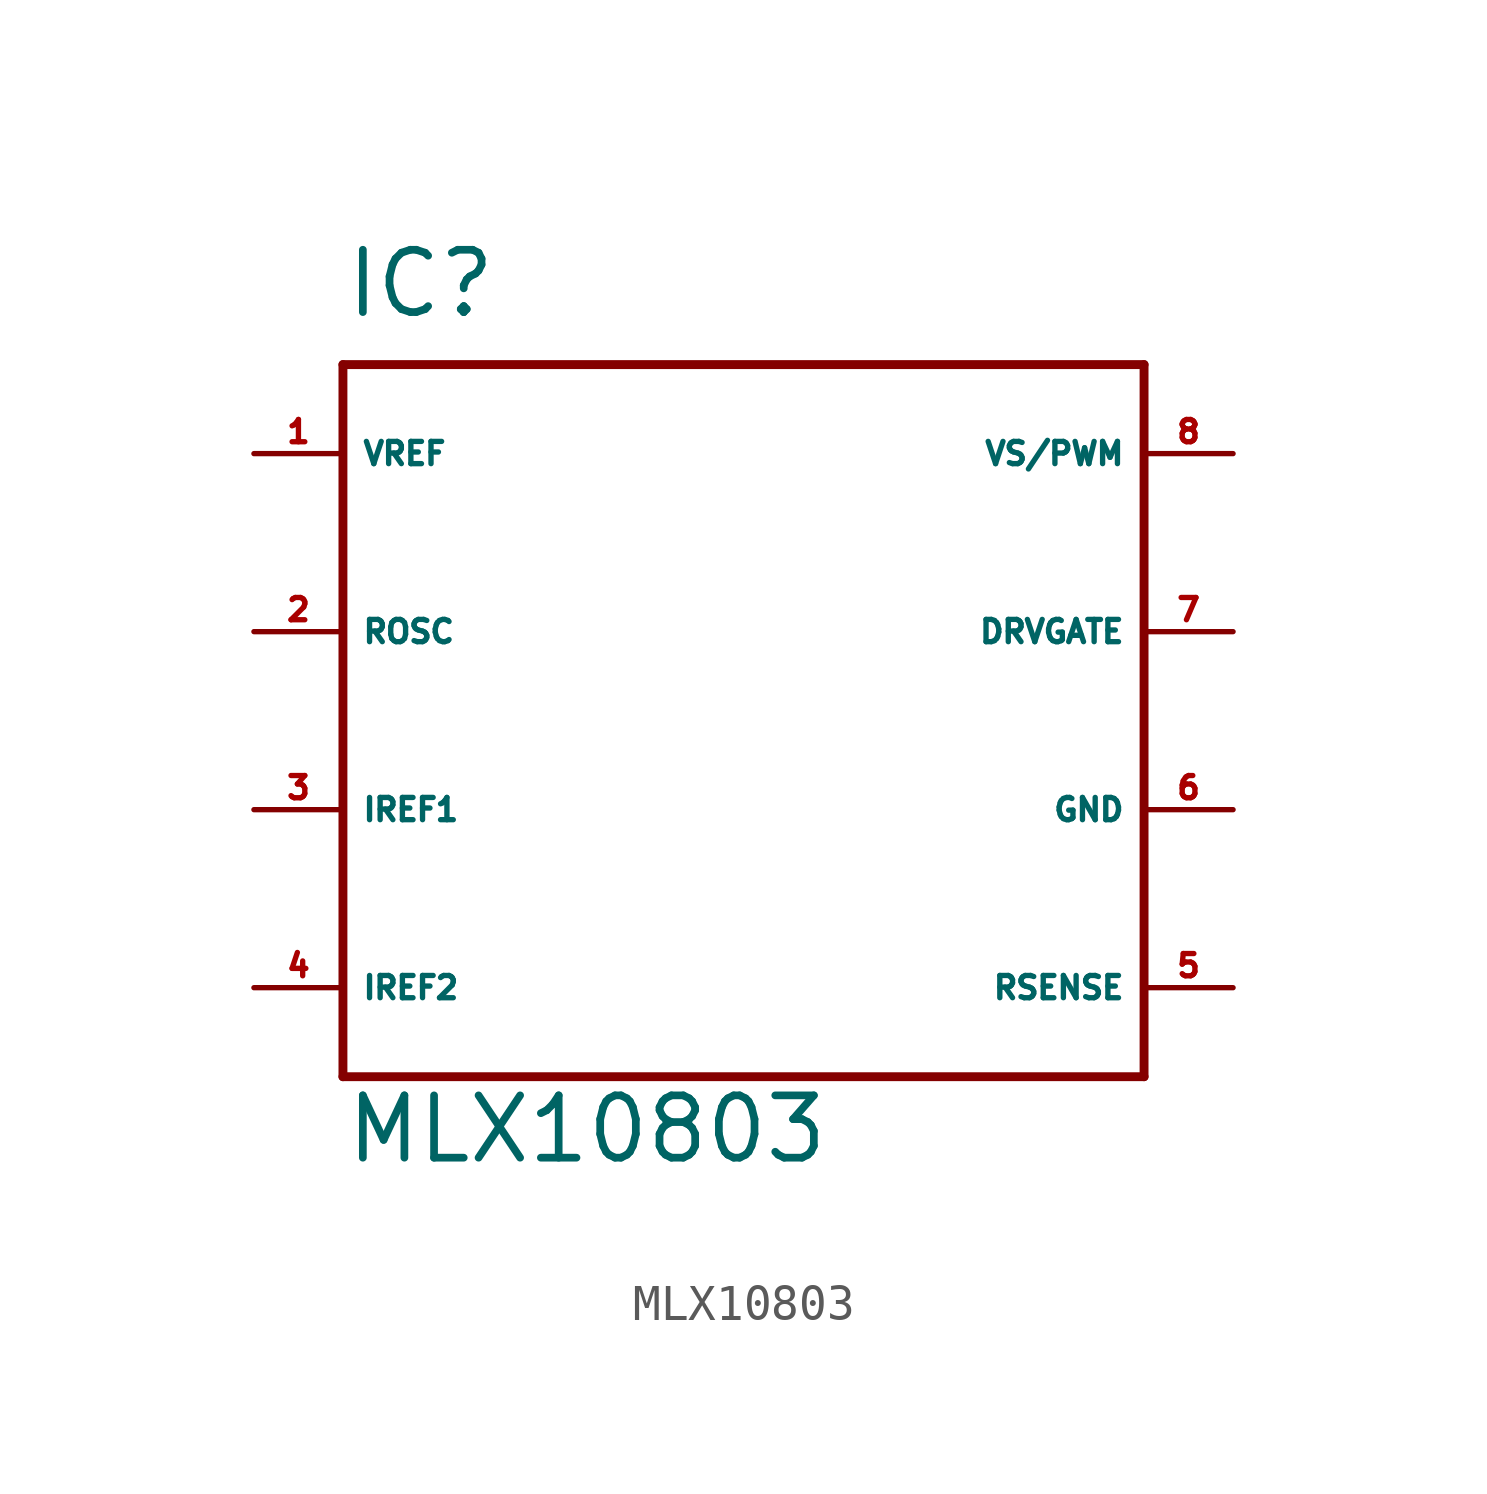
<source format=kicad_sym>
(kicad_symbol_lib
  (version 20220914)
  (generator Eagle2Kicad)
  (symbol "MLX10803"
    (property "Reference" "IC"
      (at -10.16 11.43 0)
      (effects (font (size 1.778 1.778) (thickness 0.22)) (justify left bottom)))
    (property "Value" "MLX10803"
      (at -10.16 -12.7 0)
      (effects (font (size 1.778 1.778) (thickness 0.22)) (justify left bottom)))
    (polyline
      (pts (xy -10.16 10.16) (xy 12.7 10.16))
      (stroke (width 0.254) (type default))
      (fill (type none)))
    (polyline
      (pts (xy 12.7 10.16) (xy 12.7 -10.16))
      (stroke (width 0.254) (type default))
      (fill (type none)))
    (polyline
      (pts (xy 12.7 -10.16) (xy -10.16 -10.16))
      (stroke (width 0.254) (type default))
      (fill (type none)))
    (polyline
      (pts (xy -10.16 -10.16) (xy -10.16 10.16))
      (stroke (width 0.254) (type default))
      (fill (type none)))
    (pin input line
      (at -12.7 7.62 0)
      (length 2.54)
      (name "VREF" (effects (font (size 0.635 0.635) (thickness 0.08)) (justify left bottom)))
      (number "1" (effects (font (size 0.635 0.635) (thickness 0.08)) (justify left bottom))))
    (pin input line
      (at -12.7 2.54 0)
      (length 2.54)
      (name "ROSC" (effects (font (size 0.635 0.635) (thickness 0.08)) (justify left bottom)))
      (number "2" (effects (font (size 0.635 0.635) (thickness 0.08)) (justify left bottom))))
    (pin input line
      (at -12.7 -2.54 0)
      (length 2.54)
      (name "IREF1" (effects (font (size 0.635 0.635) (thickness 0.08)) (justify left bottom)))
      (number "3" (effects (font (size 0.635 0.635) (thickness 0.08)) (justify left bottom))))
    (pin input line
      (at -12.7 -7.62 0)
      (length 2.54)
      (name "IREF2" (effects (font (size 0.635 0.635) (thickness 0.08)) (justify left bottom)))
      (number "4" (effects (font (size 0.635 0.635) (thickness 0.08)) (justify left bottom))))
    (pin input line
      (at 15.24 -7.62 180)
      (length 2.54)
      (name "RSENSE" (effects (font (size 0.635 0.635) (thickness 0.08)) (justify left bottom)))
      (number "5" (effects (font (size 0.635 0.635) (thickness 0.08)) (justify left bottom))))
    (pin unspecified line
      (at 15.24 -2.54 180)
      (length 2.54)
      (name "GND" (effects (font (size 0.635 0.635) (thickness 0.08)) (justify left bottom)))
      (number "6" (effects (font (size 0.635 0.635) (thickness 0.08)) (justify left bottom))))
    (pin output line
      (at 15.24 2.54 180)
      (length 2.54)
      (name "DRVGATE" (effects (font (size 0.635 0.635) (thickness 0.08)) (justify left bottom)))
      (number "7" (effects (font (size 0.635 0.635) (thickness 0.08)) (justify left bottom))))
    (pin input line
      (at 15.24 7.62 180)
      (length 2.54)
      (name "VS/PWM" (effects (font (size 0.635 0.635) (thickness 0.08)) (justify left bottom)))
      (number "8" (effects (font (size 0.635 0.635) (thickness 0.08)) (justify left bottom))))))
</source>
